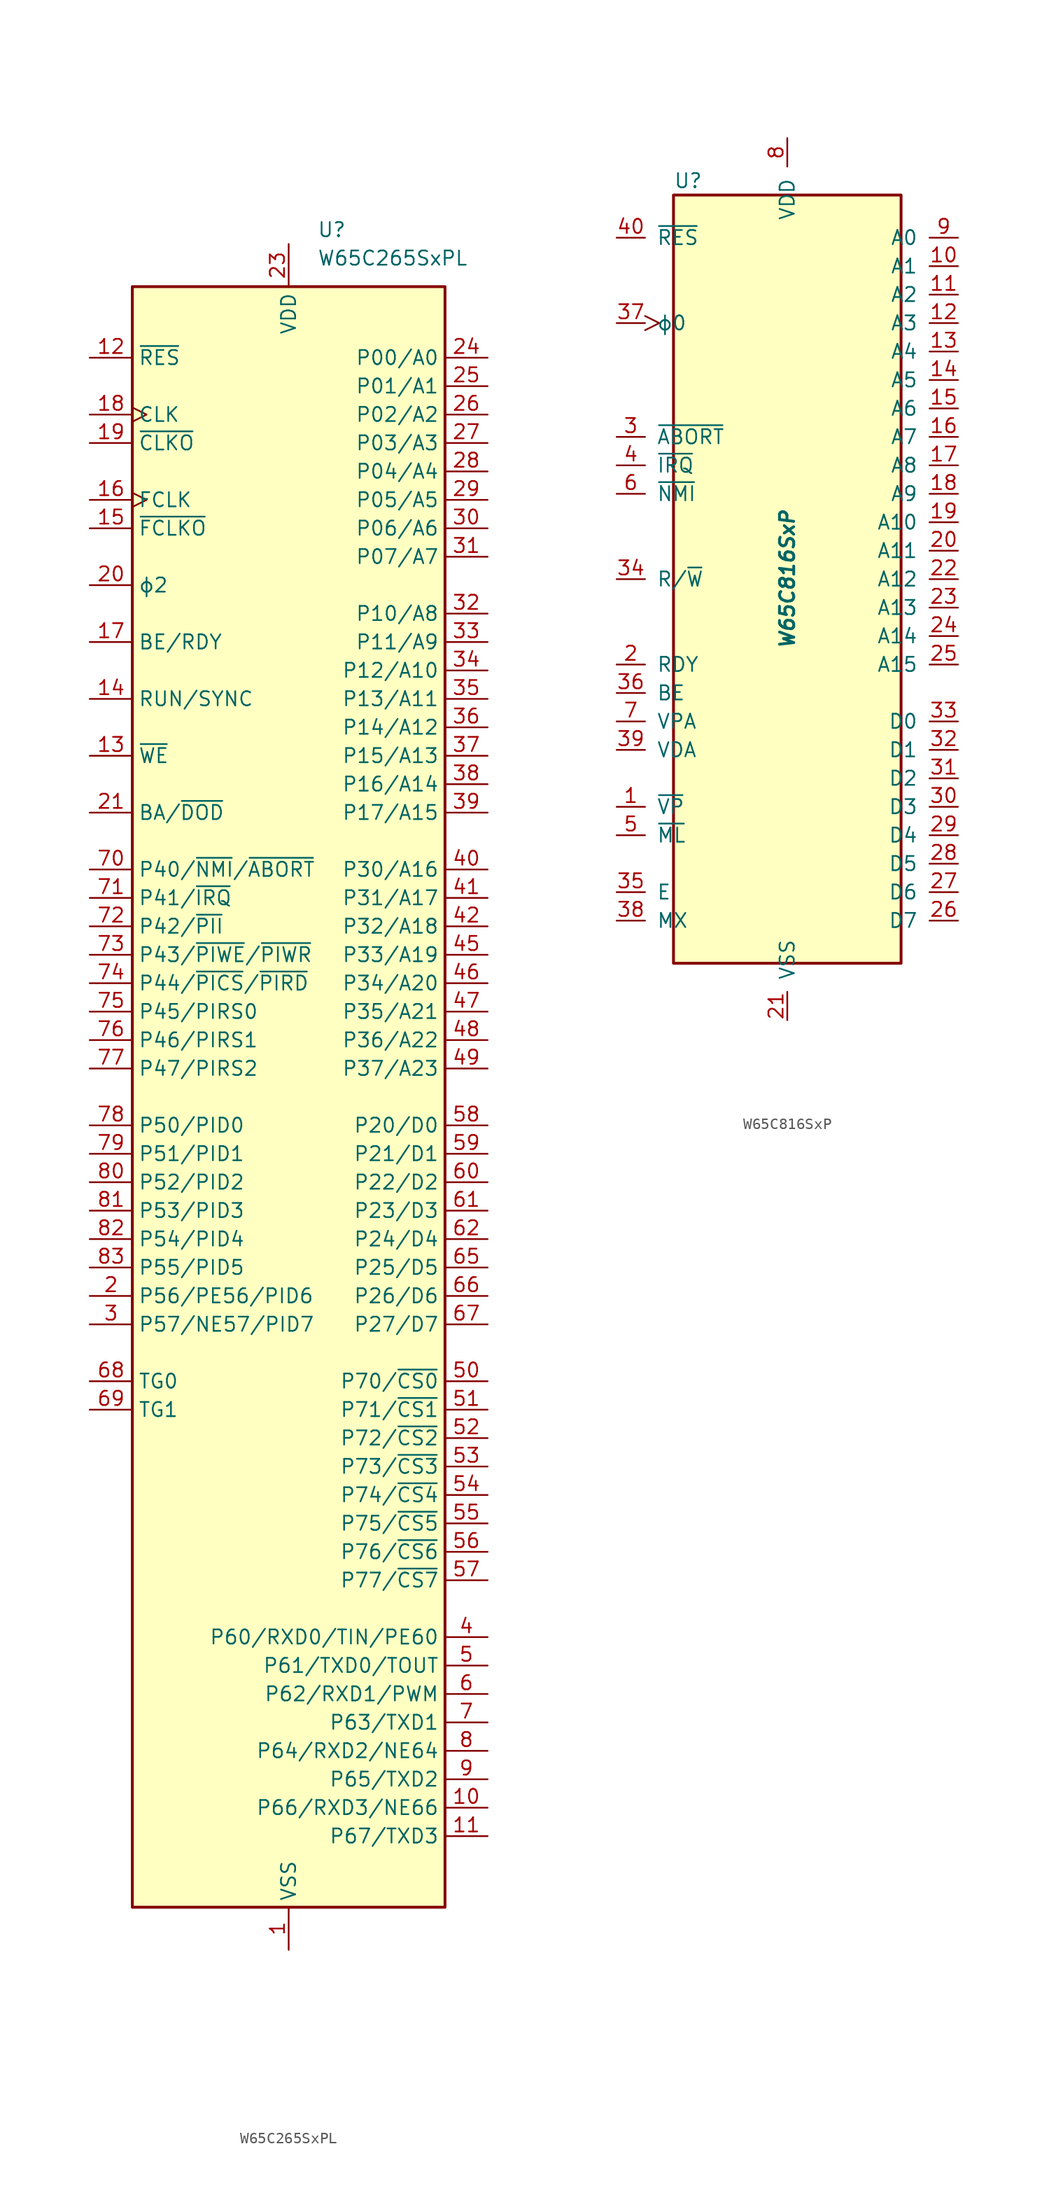
<source format=kicad_sym>
(kicad_symbol_lib
  (version 20211014)
  (generator kicad_symbol_editor)
  (symbol "W65C265SxPL"
    (property "Reference" "U"
      (at 2.54 67.31 0)
      (effects (font (size 1.27 1.27)) (justify left)))
    (property "Value" "W65C265SxPL"
      (at 2.54 64.77 0)
      (effects (font (size 1.27 1.27)) (justify left)))
    (symbol "W65C265SxPL_0_1"
      (rectangle (start -13.97 62.23) (end 13.97 -82.55) (stroke (width 0.254) (type default) (color 0 0 0 0)) (fill (type background))))
    (symbol "W65C265SxPL_1_1"
      (pin power_in line (at 0 -86.36 90) (length 3.81) (name "VSS" (effects (font (size 1.27 1.27)))) (number "1" (effects (font (size 1.27 1.27)))))
      (pin bidirectional line (at 17.78 -73.66 180) (length 3.81) (name "P66/RXD3/NE66" (effects (font (size 1.27 1.27)))) (number "10" (effects (font (size 1.27 1.27)))))
      (pin bidirectional line (at 17.78 -76.2 180) (length 3.81) (name "P67/TXD3" (effects (font (size 1.27 1.27)))) (number "11" (effects (font (size 1.27 1.27)))))
      (pin open_collector line (at -17.78 55.88 0) (length 3.81) (name "~{RES}" (effects (font (size 1.27 1.27)))) (number "12" (effects (font (size 1.27 1.27)))))
      (pin bidirectional line (at -17.78 20.32 0) (length 3.81) (name "~{WE}" (effects (font (size 1.27 1.27)))) (number "13" (effects (font (size 1.27 1.27)))))
      (pin output line (at -17.78 25.4 0) (length 3.81) (name "RUN/SYNC" (effects (font (size 1.27 1.27)))) (number "14" (effects (font (size 1.27 1.27)))))
      (pin output line (at -17.78 40.64 0) (length 3.81) (name "~{FCLKO}" (effects (font (size 1.27 1.27)))) (number "15" (effects (font (size 1.27 1.27)))))
      (pin input clock (at -17.78 43.18 0) (length 3.81) (name "FCLK" (effects (font (size 1.27 1.27)))) (number "16" (effects (font (size 1.27 1.27)))))
      (pin input line (at -17.78 30.48 0) (length 3.81) (name "BE/RDY" (effects (font (size 1.27 1.27)))) (number "17" (effects (font (size 1.27 1.27)))))
      (pin input clock (at -17.78 50.8 0) (length 3.81) (name "CLK" (effects (font (size 1.27 1.27)))) (number "18" (effects (font (size 1.27 1.27)))))
      (pin output line (at -17.78 48.26 0) (length 3.81) (name "~{CLKO}" (effects (font (size 1.27 1.27)))) (number "19" (effects (font (size 1.27 1.27)))))
      (pin bidirectional line (at -17.78 -27.94 0) (length 3.81) (name "P56/PE56/PID6" (effects (font (size 1.27 1.27)))) (number "2" (effects (font (size 1.27 1.27)))))
      (pin output line (at -17.78 35.56 0) (length 3.81) (name "ϕ2" (effects (font (size 1.27 1.27)))) (number "20" (effects (font (size 1.27 1.27)))))
      (pin output line (at -17.78 15.24 0) (length 3.81) (name "BA/~{DOD}" (effects (font (size 1.27 1.27)))) (number "21" (effects (font (size 1.27 1.27)))))
      (pin passive line (at 0 -86.36 90) (length 3.81) hide (name "VSS" (effects (font (size 1.27 1.27)))) (number "22" (effects (font (size 1.27 1.27)))))
      (pin power_in line (at 0 66.04 270) (length 3.81) (name "VDD" (effects (font (size 1.27 1.27)))) (number "23" (effects (font (size 1.27 1.27)))))
      (pin bidirectional line (at 17.78 55.88 180) (length 3.81) (name "P00/A0" (effects (font (size 1.27 1.27)))) (number "24" (effects (font (size 1.27 1.27)))))
      (pin bidirectional line (at 17.78 53.34 180) (length 3.81) (name "P01/A1" (effects (font (size 1.27 1.27)))) (number "25" (effects (font (size 1.27 1.27)))))
      (pin bidirectional line (at 17.78 50.8 180) (length 3.81) (name "P02/A2" (effects (font (size 1.27 1.27)))) (number "26" (effects (font (size 1.27 1.27)))))
      (pin bidirectional line (at 17.78 48.26 180) (length 3.81) (name "P03/A3" (effects (font (size 1.27 1.27)))) (number "27" (effects (font (size 1.27 1.27)))))
      (pin bidirectional line (at 17.78 45.72 180) (length 3.81) (name "P04/A4" (effects (font (size 1.27 1.27)))) (number "28" (effects (font (size 1.27 1.27)))))
      (pin bidirectional line (at 17.78 43.18 180) (length 3.81) (name "P05/A5" (effects (font (size 1.27 1.27)))) (number "29" (effects (font (size 1.27 1.27)))))
      (pin bidirectional line (at -17.78 -30.48 0) (length 3.81) (name "P57/NE57/PID7" (effects (font (size 1.27 1.27)))) (number "3" (effects (font (size 1.27 1.27)))))
      (pin bidirectional line (at 17.78 40.64 180) (length 3.81) (name "P06/A6" (effects (font (size 1.27 1.27)))) (number "30" (effects (font (size 1.27 1.27)))))
      (pin bidirectional line (at 17.78 38.1 180) (length 3.81) (name "P07/A7" (effects (font (size 1.27 1.27)))) (number "31" (effects (font (size 1.27 1.27)))))
      (pin bidirectional line (at 17.78 33.02 180) (length 3.81) (name "P10/A8" (effects (font (size 1.27 1.27)))) (number "32" (effects (font (size 1.27 1.27)))))
      (pin bidirectional line (at 17.78 30.48 180) (length 3.81) (name "P11/A9" (effects (font (size 1.27 1.27)))) (number "33" (effects (font (size 1.27 1.27)))))
      (pin bidirectional line (at 17.78 27.94 180) (length 3.81) (name "P12/A10" (effects (font (size 1.27 1.27)))) (number "34" (effects (font (size 1.27 1.27)))))
      (pin bidirectional line (at 17.78 25.4 180) (length 3.81) (name "P13/A11" (effects (font (size 1.27 1.27)))) (number "35" (effects (font (size 1.27 1.27)))))
      (pin bidirectional line (at 17.78 22.86 180) (length 3.81) (name "P14/A12" (effects (font (size 1.27 1.27)))) (number "36" (effects (font (size 1.27 1.27)))))
      (pin bidirectional line (at 17.78 20.32 180) (length 3.81) (name "P15/A13" (effects (font (size 1.27 1.27)))) (number "37" (effects (font (size 1.27 1.27)))))
      (pin bidirectional line (at 17.78 17.78 180) (length 3.81) (name "P16/A14" (effects (font (size 1.27 1.27)))) (number "38" (effects (font (size 1.27 1.27)))))
      (pin bidirectional line (at 17.78 15.24 180) (length 3.81) (name "P17/A15" (effects (font (size 1.27 1.27)))) (number "39" (effects (font (size 1.27 1.27)))))
      (pin bidirectional line (at 17.78 -58.42 180) (length 3.81) (name "P60/RXD0/TIN/PE60" (effects (font (size 1.27 1.27)))) (number "4" (effects (font (size 1.27 1.27)))))
      (pin bidirectional line (at 17.78 10.16 180) (length 3.81) (name "P30/A16" (effects (font (size 1.27 1.27)))) (number "40" (effects (font (size 1.27 1.27)))))
      (pin bidirectional line (at 17.78 7.62 180) (length 3.81) (name "P31/A17" (effects (font (size 1.27 1.27)))) (number "41" (effects (font (size 1.27 1.27)))))
      (pin bidirectional line (at 17.78 5.08 180) (length 3.81) (name "P32/A18" (effects (font (size 1.27 1.27)))) (number "42" (effects (font (size 1.27 1.27)))))
      (pin passive line (at 0 -86.36 90) (length 3.81) hide (name "VSS" (effects (font (size 1.27 1.27)))) (number "43" (effects (font (size 1.27 1.27)))))
      (pin passive line (at 0 66.04 270) (length 3.81) hide (name "VDD" (effects (font (size 1.27 1.27)))) (number "44" (effects (font (size 1.27 1.27)))))
      (pin bidirectional line (at 17.78 2.54 180) (length 3.81) (name "P33/A19" (effects (font (size 1.27 1.27)))) (number "45" (effects (font (size 1.27 1.27)))))
      (pin bidirectional line (at 17.78 0 180) (length 3.81) (name "P34/A20" (effects (font (size 1.27 1.27)))) (number "46" (effects (font (size 1.27 1.27)))))
      (pin bidirectional line (at 17.78 -2.54 180) (length 3.81) (name "P35/A21" (effects (font (size 1.27 1.27)))) (number "47" (effects (font (size 1.27 1.27)))))
      (pin bidirectional line (at 17.78 -5.08 180) (length 3.81) (name "P36/A22" (effects (font (size 1.27 1.27)))) (number "48" (effects (font (size 1.27 1.27)))))
      (pin bidirectional line (at 17.78 -7.62 180) (length 3.81) (name "P37/A23" (effects (font (size 1.27 1.27)))) (number "49" (effects (font (size 1.27 1.27)))))
      (pin bidirectional line (at 17.78 -60.96 180) (length 3.81) (name "P61/TXD0/TOUT" (effects (font (size 1.27 1.27)))) (number "5" (effects (font (size 1.27 1.27)))))
      (pin bidirectional line (at 17.78 -35.56 180) (length 3.81) (name "P70/~{CS0}" (effects (font (size 1.27 1.27)))) (number "50" (effects (font (size 1.27 1.27)))))
      (pin bidirectional line (at 17.78 -38.1 180) (length 3.81) (name "P71/~{CS1}" (effects (font (size 1.27 1.27)))) (number "51" (effects (font (size 1.27 1.27)))))
      (pin bidirectional line (at 17.78 -40.64 180) (length 3.81) (name "P72/~{CS2}" (effects (font (size 1.27 1.27)))) (number "52" (effects (font (size 1.27 1.27)))))
      (pin bidirectional line (at 17.78 -43.18 180) (length 3.81) (name "P73/~{CS3}" (effects (font (size 1.27 1.27)))) (number "53" (effects (font (size 1.27 1.27)))))
      (pin bidirectional line (at 17.78 -45.72 180) (length 3.81) (name "P74/~{CS4}" (effects (font (size 1.27 1.27)))) (number "54" (effects (font (size 1.27 1.27)))))
      (pin bidirectional line (at 17.78 -48.26 180) (length 3.81) (name "P75/~{CS5}" (effects (font (size 1.27 1.27)))) (number "55" (effects (font (size 1.27 1.27)))))
      (pin bidirectional line (at 17.78 -50.8 180) (length 3.81) (name "P76/~{CS6}" (effects (font (size 1.27 1.27)))) (number "56" (effects (font (size 1.27 1.27)))))
      (pin bidirectional line (at 17.78 -53.34 180) (length 3.81) (name "P77/~{CS7}" (effects (font (size 1.27 1.27)))) (number "57" (effects (font (size 1.27 1.27)))))
      (pin bidirectional line (at 17.78 -12.7 180) (length 3.81) (name "P20/D0" (effects (font (size 1.27 1.27)))) (number "58" (effects (font (size 1.27 1.27)))))
      (pin bidirectional line (at 17.78 -15.24 180) (length 3.81) (name "P21/D1" (effects (font (size 1.27 1.27)))) (number "59" (effects (font (size 1.27 1.27)))))
      (pin bidirectional line (at 17.78 -63.5 180) (length 3.81) (name "P62/RXD1/PWM" (effects (font (size 1.27 1.27)))) (number "6" (effects (font (size 1.27 1.27)))))
      (pin bidirectional line (at 17.78 -17.78 180) (length 3.81) (name "P22/D2" (effects (font (size 1.27 1.27)))) (number "60" (effects (font (size 1.27 1.27)))))
      (pin bidirectional line (at 17.78 -20.32 180) (length 3.81) (name "P23/D3" (effects (font (size 1.27 1.27)))) (number "61" (effects (font (size 1.27 1.27)))))
      (pin bidirectional line (at 17.78 -22.86 180) (length 3.81) (name "P24/D4" (effects (font (size 1.27 1.27)))) (number "62" (effects (font (size 1.27 1.27)))))
      (pin passive line (at 0 66.04 270) (length 3.81) hide (name "VDD" (effects (font (size 1.27 1.27)))) (number "63" (effects (font (size 1.27 1.27)))))
      (pin passive line (at 0 -86.36 90) (length 3.81) hide (name "VSS" (effects (font (size 1.27 1.27)))) (number "64" (effects (font (size 1.27 1.27)))))
      (pin bidirectional line (at 17.78 -25.4 180) (length 3.81) (name "P25/D5" (effects (font (size 1.27 1.27)))) (number "65" (effects (font (size 1.27 1.27)))))
      (pin bidirectional line (at 17.78 -27.94 180) (length 3.81) (name "P26/D6" (effects (font (size 1.27 1.27)))) (number "66" (effects (font (size 1.27 1.27)))))
      (pin bidirectional line (at 17.78 -30.48 180) (length 3.81) (name "P27/D7" (effects (font (size 1.27 1.27)))) (number "67" (effects (font (size 1.27 1.27)))))
      (pin output line (at -17.78 -35.56 0) (length 3.81) (name "TG0" (effects (font (size 1.27 1.27)))) (number "68" (effects (font (size 1.27 1.27)))))
      (pin output line (at -17.78 -38.1 0) (length 3.81) (name "TG1" (effects (font (size 1.27 1.27)))) (number "69" (effects (font (size 1.27 1.27)))))
      (pin bidirectional line (at 17.78 -66.04 180) (length 3.81) (name "P63/TXD1" (effects (font (size 1.27 1.27)))) (number "7" (effects (font (size 1.27 1.27)))))
      (pin bidirectional line (at -17.78 10.16 0) (length 3.81) (name "P40/~{NMI}/~{ABORT}" (effects (font (size 1.27 1.27)))) (number "70" (effects (font (size 1.27 1.27)))))
      (pin bidirectional line (at -17.78 7.62 0) (length 3.81) (name "P41/~{IRQ}" (effects (font (size 1.27 1.27)))) (number "71" (effects (font (size 1.27 1.27)))))
      (pin bidirectional line (at -17.78 5.08 0) (length 3.81) (name "P42/~{PII}" (effects (font (size 1.27 1.27)))) (number "72" (effects (font (size 1.27 1.27)))))
      (pin bidirectional line (at -17.78 2.54 0) (length 3.81) (name "P43/~{PIWE}/~{PIWR}" (effects (font (size 1.27 1.27)))) (number "73" (effects (font (size 1.27 1.27)))))
      (pin bidirectional line (at -17.78 0 0) (length 3.81) (name "P44/~{PICS}/~{PIRD}" (effects (font (size 1.27 1.27)))) (number "74" (effects (font (size 1.27 1.27)))))
      (pin bidirectional line (at -17.78 -2.54 0) (length 3.81) (name "P45/PIRS0" (effects (font (size 1.27 1.27)))) (number "75" (effects (font (size 1.27 1.27)))))
      (pin bidirectional line (at -17.78 -5.08 0) (length 3.81) (name "P46/PIRS1" (effects (font (size 1.27 1.27)))) (number "76" (effects (font (size 1.27 1.27)))))
      (pin bidirectional line (at -17.78 -7.62 0) (length 3.81) (name "P47/PIRS2" (effects (font (size 1.27 1.27)))) (number "77" (effects (font (size 1.27 1.27)))))
      (pin bidirectional line (at -17.78 -12.7 0) (length 3.81) (name "P50/PID0" (effects (font (size 1.27 1.27)))) (number "78" (effects (font (size 1.27 1.27)))))
      (pin bidirectional line (at -17.78 -15.24 0) (length 3.81) (name "P51/PID1" (effects (font (size 1.27 1.27)))) (number "79" (effects (font (size 1.27 1.27)))))
      (pin bidirectional line (at 17.78 -68.58 180) (length 3.81) (name "P64/RXD2/NE64" (effects (font (size 1.27 1.27)))) (number "8" (effects (font (size 1.27 1.27)))))
      (pin bidirectional line (at -17.78 -17.78 0) (length 3.81) (name "P52/PID2" (effects (font (size 1.27 1.27)))) (number "80" (effects (font (size 1.27 1.27)))))
      (pin bidirectional line (at -17.78 -20.32 0) (length 3.81) (name "P53/PID3" (effects (font (size 1.27 1.27)))) (number "81" (effects (font (size 1.27 1.27)))))
      (pin bidirectional line (at -17.78 -22.86 0) (length 3.81) (name "P54/PID4" (effects (font (size 1.27 1.27)))) (number "82" (effects (font (size 1.27 1.27)))))
      (pin bidirectional line (at -17.78 -25.4 0) (length 3.81) (name "P55/PID5" (effects (font (size 1.27 1.27)))) (number "83" (effects (font (size 1.27 1.27)))))
      (pin passive line (at 0 66.04 270) (length 3.81) hide (name "VDD" (effects (font (size 1.27 1.27)))) (number "84" (effects (font (size 1.27 1.27)))))
      (pin bidirectional line (at 17.78 -71.12 180) (length 3.81) (name "P65/TXD2" (effects (font (size 1.27 1.27)))) (number "9" (effects (font (size 1.27 1.27)))))))
  (symbol "W65C816SxP"
    (pin_names
      (offset 1.016))
    (property "Reference" "U"
      (at -10.16 35.56 0)
      (effects (font (size 1.27 1.27)) (justify left)))
    (property "Value" "W65C816SxP"
      (at 0 0 90)
      (effects (font (size 1.27 1.27) bold italic)))
    (symbol "W65C816SxP_0_1"
      (rectangle (start -10.16 34.29) (end 10.16 -34.29) (stroke (width 0.254) (type default) (color 0 0 0 0)) (fill (type background))))
    (symbol "W65C816SxP_1_1"
      (pin output line (at -15.24 -20.32 0) (length 2.54) (name "~{VP}" (effects (font (size 1.27 1.27)))) (number "1" (effects (font (size 1.27 1.27)))))
      (pin tri_state line (at 15.24 27.94 180) (length 2.54) (name "A1" (effects (font (size 1.27 1.27)))) (number "10" (effects (font (size 1.27 1.27)))))
      (pin tri_state line (at 15.24 25.4 180) (length 2.54) (name "A2" (effects (font (size 1.27 1.27)))) (number "11" (effects (font (size 1.27 1.27)))))
      (pin tri_state line (at 15.24 22.86 180) (length 2.54) (name "A3" (effects (font (size 1.27 1.27)))) (number "12" (effects (font (size 1.27 1.27)))))
      (pin tri_state line (at 15.24 20.32 180) (length 2.54) (name "A4" (effects (font (size 1.27 1.27)))) (number "13" (effects (font (size 1.27 1.27)))))
      (pin tri_state line (at 15.24 17.78 180) (length 2.54) (name "A5" (effects (font (size 1.27 1.27)))) (number "14" (effects (font (size 1.27 1.27)))))
      (pin tri_state line (at 15.24 15.24 180) (length 2.54) (name "A6" (effects (font (size 1.27 1.27)))) (number "15" (effects (font (size 1.27 1.27)))))
      (pin tri_state line (at 15.24 12.7 180) (length 2.54) (name "A7" (effects (font (size 1.27 1.27)))) (number "16" (effects (font (size 1.27 1.27)))))
      (pin tri_state line (at 15.24 10.16 180) (length 2.54) (name "A8" (effects (font (size 1.27 1.27)))) (number "17" (effects (font (size 1.27 1.27)))))
      (pin tri_state line (at 15.24 7.62 180) (length 2.54) (name "A9" (effects (font (size 1.27 1.27)))) (number "18" (effects (font (size 1.27 1.27)))))
      (pin tri_state line (at 15.24 5.08 180) (length 2.54) (name "A10" (effects (font (size 1.27 1.27)))) (number "19" (effects (font (size 1.27 1.27)))))
      (pin open_collector line (at -15.24 -7.62 0) (length 2.54) (name "RDY" (effects (font (size 1.27 1.27)))) (number "2" (effects (font (size 1.27 1.27)))))
      (pin tri_state line (at 15.24 2.54 180) (length 2.54) (name "A11" (effects (font (size 1.27 1.27)))) (number "20" (effects (font (size 1.27 1.27)))))
      (pin power_in line (at 0 -39.37 90) (length 2.54) (name "VSS" (effects (font (size 1.27 1.27)))) (number "21" (effects (font (size 1.27 1.27)))))
      (pin tri_state line (at 15.24 0 180) (length 2.54) (name "A12" (effects (font (size 1.27 1.27)))) (number "22" (effects (font (size 1.27 1.27)))))
      (pin tri_state line (at 15.24 -2.54 180) (length 2.54) (name "A13" (effects (font (size 1.27 1.27)))) (number "23" (effects (font (size 1.27 1.27)))))
      (pin tri_state line (at 15.24 -5.08 180) (length 2.54) (name "A14" (effects (font (size 1.27 1.27)))) (number "24" (effects (font (size 1.27 1.27)))))
      (pin tri_state line (at 15.24 -7.62 180) (length 2.54) (name "A15" (effects (font (size 1.27 1.27)))) (number "25" (effects (font (size 1.27 1.27)))))
      (pin bidirectional line (at 15.24 -30.48 180) (length 2.54) (name "D7" (effects (font (size 1.27 1.27)))) (number "26" (effects (font (size 1.27 1.27)))))
      (pin bidirectional line (at 15.24 -27.94 180) (length 2.54) (name "D6" (effects (font (size 1.27 1.27)))) (number "27" (effects (font (size 1.27 1.27)))))
      (pin bidirectional line (at 15.24 -25.4 180) (length 2.54) (name "D5" (effects (font (size 1.27 1.27)))) (number "28" (effects (font (size 1.27 1.27)))))
      (pin bidirectional line (at 15.24 -22.86 180) (length 2.54) (name "D4" (effects (font (size 1.27 1.27)))) (number "29" (effects (font (size 1.27 1.27)))))
      (pin input line (at -15.24 12.7 0) (length 2.54) (name "~{ABORT}" (effects (font (size 1.27 1.27)))) (number "3" (effects (font (size 1.27 1.27)))))
      (pin bidirectional line (at 15.24 -20.32 180) (length 2.54) (name "D3" (effects (font (size 1.27 1.27)))) (number "30" (effects (font (size 1.27 1.27)))))
      (pin bidirectional line (at 15.24 -17.78 180) (length 2.54) (name "D2" (effects (font (size 1.27 1.27)))) (number "31" (effects (font (size 1.27 1.27)))))
      (pin bidirectional line (at 15.24 -15.24 180) (length 2.54) (name "D1" (effects (font (size 1.27 1.27)))) (number "32" (effects (font (size 1.27 1.27)))))
      (pin bidirectional line (at 15.24 -12.7 180) (length 2.54) (name "D0" (effects (font (size 1.27 1.27)))) (number "33" (effects (font (size 1.27 1.27)))))
      (pin tri_state line (at -15.24 0 0) (length 2.54) (name "R/~{W}" (effects (font (size 1.27 1.27)))) (number "34" (effects (font (size 1.27 1.27)))))
      (pin output line (at -15.24 -27.94 0) (length 2.54) (name "E" (effects (font (size 1.27 1.27)))) (number "35" (effects (font (size 1.27 1.27)))))
      (pin input line (at -15.24 -10.16 0) (length 2.54) (name "BE" (effects (font (size 1.27 1.27)))) (number "36" (effects (font (size 1.27 1.27)))))
      (pin input clock (at -15.24 22.86 0) (length 2.54) (name "ϕ0" (effects (font (size 1.27 1.27)))) (number "37" (effects (font (size 1.27 1.27)))))
      (pin output line (at -15.24 -30.48 0) (length 2.54) (name "MX" (effects (font (size 1.27 1.27)))) (number "38" (effects (font (size 1.27 1.27)))))
      (pin output line (at -15.24 -15.24 0) (length 2.54) (name "VDA" (effects (font (size 1.27 1.27)))) (number "39" (effects (font (size 1.27 1.27)))))
      (pin input line (at -15.24 10.16 0) (length 2.54) (name "~{IRQ}" (effects (font (size 1.27 1.27)))) (number "4" (effects (font (size 1.27 1.27)))))
      (pin input line (at -15.24 30.48 0) (length 2.54) (name "~{RES}" (effects (font (size 1.27 1.27)))) (number "40" (effects (font (size 1.27 1.27)))))
      (pin output line (at -15.24 -22.86 0) (length 2.54) (name "~{ML}" (effects (font (size 1.27 1.27)))) (number "5" (effects (font (size 1.27 1.27)))))
      (pin input line (at -15.24 7.62 0) (length 2.54) (name "~{NMI}" (effects (font (size 1.27 1.27)))) (number "6" (effects (font (size 1.27 1.27)))))
      (pin output line (at -15.24 -12.7 0) (length 2.54) (name "VPA" (effects (font (size 1.27 1.27)))) (number "7" (effects (font (size 1.27 1.27)))))
      (pin power_in line (at 0 39.37 270) (length 2.54) (name "VDD" (effects (font (size 1.27 1.27)))) (number "8" (effects (font (size 1.27 1.27)))))
      (pin tri_state line (at 15.24 30.48 180) (length 2.54) (name "A0" (effects (font (size 1.27 1.27)))) (number "9" (effects (font (size 1.27 1.27))))))))
</source>
